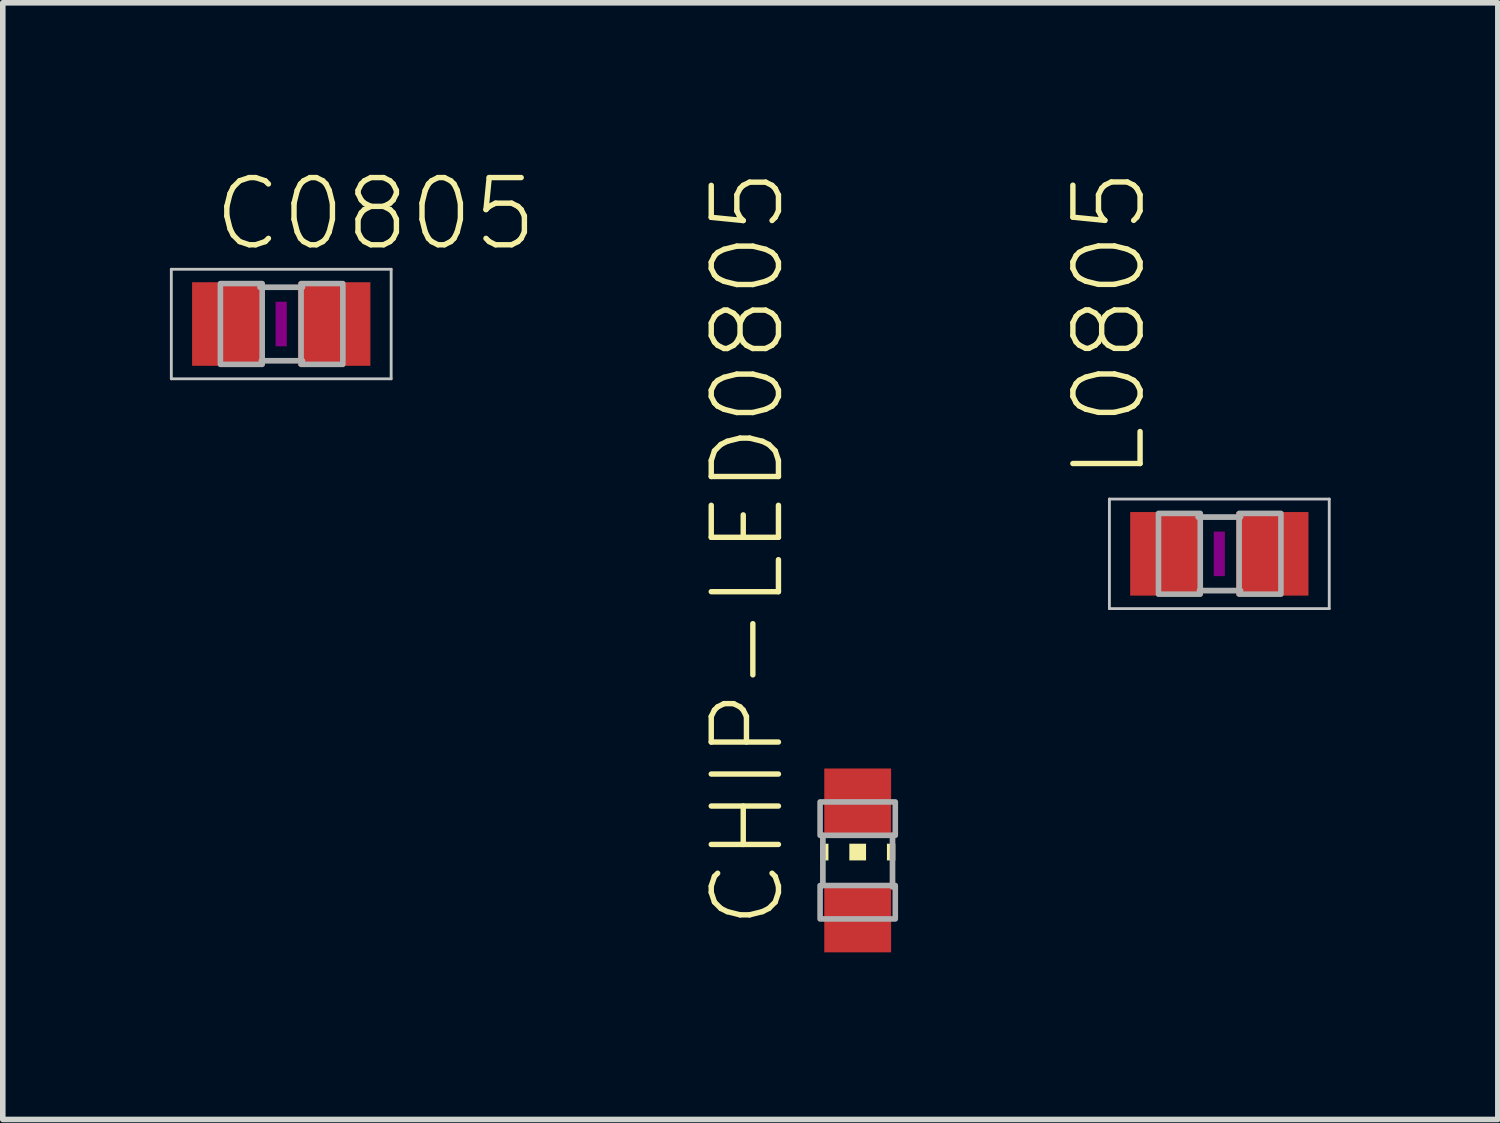
<source format=kicad_pcb>
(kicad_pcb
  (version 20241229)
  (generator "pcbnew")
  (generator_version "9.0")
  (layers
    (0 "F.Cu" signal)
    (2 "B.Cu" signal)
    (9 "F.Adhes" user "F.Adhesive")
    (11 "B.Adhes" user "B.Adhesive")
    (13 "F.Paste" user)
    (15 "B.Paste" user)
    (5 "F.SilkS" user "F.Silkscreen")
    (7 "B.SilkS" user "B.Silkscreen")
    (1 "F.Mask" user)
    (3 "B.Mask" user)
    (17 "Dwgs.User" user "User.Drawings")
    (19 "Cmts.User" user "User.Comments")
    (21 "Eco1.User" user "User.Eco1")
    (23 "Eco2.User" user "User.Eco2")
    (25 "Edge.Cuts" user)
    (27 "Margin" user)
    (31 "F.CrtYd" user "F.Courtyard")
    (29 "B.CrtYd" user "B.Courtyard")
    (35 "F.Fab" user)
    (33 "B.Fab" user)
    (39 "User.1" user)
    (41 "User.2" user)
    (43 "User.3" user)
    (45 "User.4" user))
  (footprint "CHIP-LED0805"
    (layer "F.Cu")
    (at 12.345 12.394)
    (property "Reference" "CHIP-LED0805" (at -1.27 1.27 90) (layer "F.SilkS") (effects (font (size 1.206 1.206) (thickness 0.097)) (justify left bottom)))
    (attr through_hole)
    (fp_poly (pts (xy -0.675 0) (xy -0.525 0) (xy -0.525 -0.3) (xy -0.675 -0.3)) (stroke (width 0) (type solid)) (fill yes) (layer "F.SilkS"))
    (fp_poly (pts (xy -0.15 0) (xy 0.15 0) (xy 0.15 -0.3) (xy -0.15 -0.3)) (stroke (width 0) (type solid)) (fill yes) (layer "F.SilkS"))
    (fp_poly (pts (xy 0.525 0) (xy 0.675 0) (xy 0.675 -0.3) (xy 0.525 -0.3)) (stroke (width 0) (type solid)) (fill yes) (layer "F.SilkS"))
    (fp_line (start -0.625 -0.45) (end -0.625 0.45) (stroke (width 0.102) (type solid)) (layer "F.Fab"))
    (fp_line (start 0.625 -0.45) (end 0.625 0.475) (stroke (width 0.102) (type solid)) (layer "F.Fab"))
    (fp_poly (pts (xy -0.675 -0.45) (xy 0.675 -0.45) (xy 0.675 -1.05) (xy -0.675 -1.05)) (stroke (width 0.1) (type solid)) (fill no) (layer "F.Fab"))
    (fp_poly (pts (xy -0.675 1.05) (xy 0.675 1.05) (xy 0.675 0.45) (xy -0.675 0.45)) (stroke (width 0.1) (type solid)) (fill no) (layer "F.Fab"))
    (pad "A" smd rect (at 0 1.05) (size 1.2 1.2) (layers "F.Cu" "F.Mask" "F.Paste"))
    (pad "C" smd rect (at 0 -1.05) (size 1.2 1.2) (layers "F.Cu" "F.Mask" "F.Paste")))
  (footprint "L0805"
    (layer "F.Cu")
    (at 18.836 6.891)
    (property "Reference" "L0805" (at -1.27 -1.27 90) (layer "F.SilkS") (effects (font (size 1.206 1.206) (thickness 0.097)) (justify left bottom)))
    (attr through_hole)
    (fp_poly (pts (xy -0.1 0.4) (xy 0.1 0.4) (xy 0.1 -0.4) (xy -0.1 -0.4)) (stroke (width 0) (type solid)) (fill yes) (layer "F.Adhes"))
    (fp_line (start -1.973 -0.983) (end 1.973 -0.983) (stroke (width 0.051) (type solid)) (layer "Dwgs.User"))
    (fp_line (start -1.973 0.983) (end -1.973 -0.983) (stroke (width 0.051) (type solid)) (layer "Dwgs.User"))
    (fp_line (start 1.973 -0.983) (end 1.973 0.983) (stroke (width 0.051) (type solid)) (layer "Dwgs.User"))
    (fp_line (start 1.973 0.983) (end -1.973 0.983) (stroke (width 0.051) (type solid)) (layer "Dwgs.User"))
    (fp_line (start -0.381 -0.66) (end 0.381 -0.66) (stroke (width 0.102) (type solid)) (layer "F.Fab"))
    (fp_line (start -0.356 0.66) (end 0.381 0.66) (stroke (width 0.102) (type solid)) (layer "F.Fab"))
    (fp_poly (pts (xy -1.092 0.724) (xy -0.342 0.724) (xy -0.342 -0.726) (xy -1.092 -0.726)) (stroke (width 0.1) (type solid)) (fill no) (layer "F.Fab"))
    (fp_poly (pts (xy 0.356 0.724) (xy 1.106 0.724) (xy 1.106 -0.726) (xy 0.356 -0.726)) (stroke (width 0.1) (type solid)) (fill no) (layer "F.Fab"))
    (pad "1" smd rect (at -0.95 0) (size 1.3 1.5) (layers "F.Cu" "F.Mask" "F.Paste"))
    (pad "2" smd rect (at 0.95 0) (size 1.3 1.5) (layers "F.Cu" "F.Mask" "F.Paste")))
  (footprint "C0805"
    (layer "F.Cu")
    (at 1.998 2.766)
    (property "Reference" "C0805" (at -1.27 -1.27 0) (layer "F.SilkS") (effects (font (size 1.206 1.206) (thickness 0.097)) (justify left bottom)))
    (attr through_hole)
    (fp_poly (pts (xy -0.1 0.4) (xy 0.1 0.4) (xy 0.1 -0.4) (xy -0.1 -0.4)) (stroke (width 0) (type solid)) (fill yes) (layer "F.Adhes"))
    (fp_line (start -1.973 -0.983) (end 1.973 -0.983) (stroke (width 0.051) (type solid)) (layer "Dwgs.User"))
    (fp_line (start -1.973 0.983) (end -1.973 -0.983) (stroke (width 0.051) (type solid)) (layer "Dwgs.User"))
    (fp_line (start 1.973 -0.983) (end 1.973 0.983) (stroke (width 0.051) (type solid)) (layer "Dwgs.User"))
    (fp_line (start 1.973 0.983) (end -1.973 0.983) (stroke (width 0.051) (type solid)) (layer "Dwgs.User"))
    (fp_line (start -0.381 -0.66) (end 0.381 -0.66) (stroke (width 0.102) (type solid)) (layer "F.Fab"))
    (fp_line (start -0.356 0.66) (end 0.381 0.66) (stroke (width 0.102) (type solid)) (layer "F.Fab"))
    (fp_poly (pts (xy -1.092 0.724) (xy -0.342 0.724) (xy -0.342 -0.726) (xy -1.092 -0.726)) (stroke (width 0.1) (type solid)) (fill no) (layer "F.Fab"))
    (fp_poly (pts (xy 0.356 0.724) (xy 1.106 0.724) (xy 1.106 -0.726) (xy 0.356 -0.726)) (stroke (width 0.1) (type solid)) (fill no) (layer "F.Fab"))
    (pad "1" smd rect (at -0.95 0) (size 1.3 1.5) (layers "F.Cu" "F.Mask" "F.Paste"))
    (pad "2" smd rect (at 0.95 0) (size 1.3 1.5) (layers "F.Cu" "F.Mask" "F.Paste")))
  (gr_rect
    (start -3 -3)
    (end 23.835 17.044)
    (stroke (width 0.1) (type default))
    (fill no)
    (layer "Edge.Cuts")))
</source>
